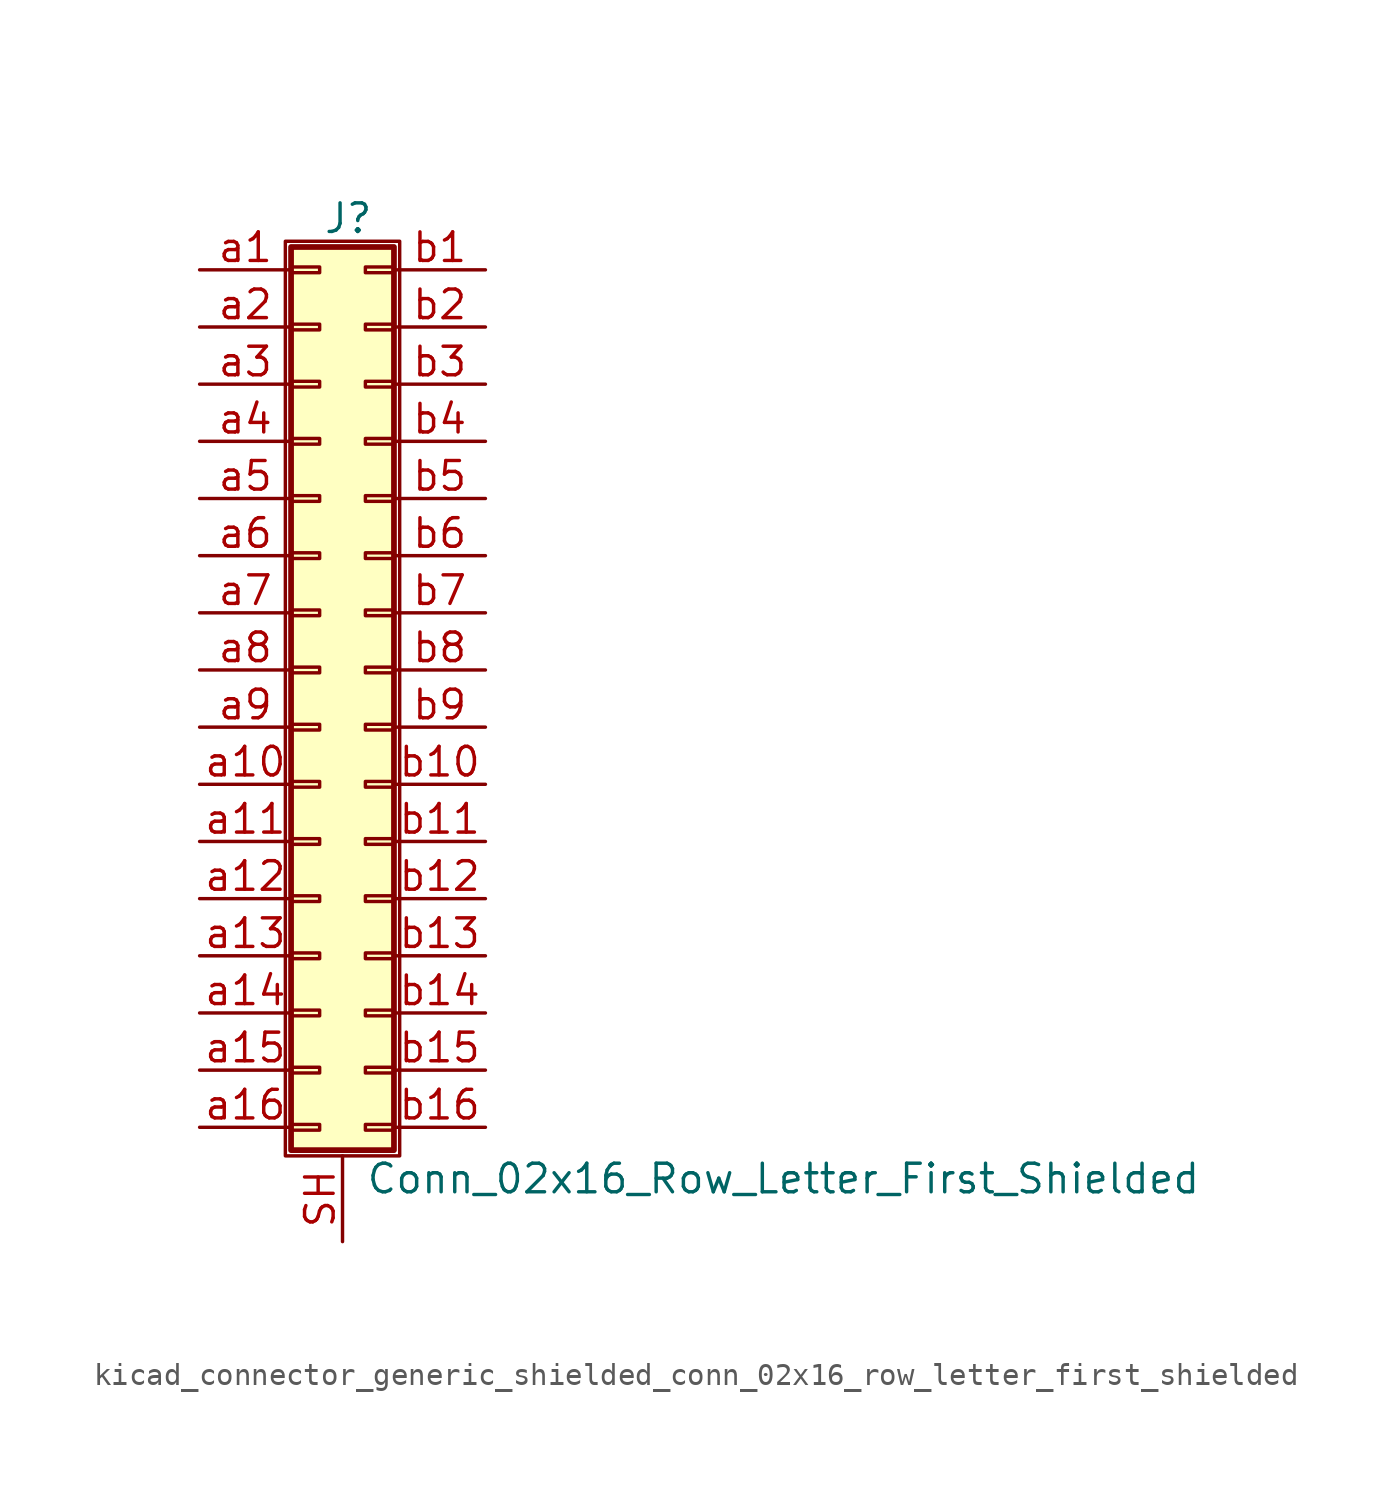
<source format=kicad_sym>
(kicad_symbol_lib
  (version 20220914)
  (generator kicad_symbol_editor)
  (symbol "kicad_connector_generic_shielded_conn_02x16_row_letter_first_shielded"
    (pin_names
      (offset 1.016) hide)
    (property "Reference" "J"
      (at 1.524 20.066 0)
      (effects (font (size 1.27 1.27))))
    (property "Value" "Conn_02x16_Row_Letter_First_Shielded"
      (at 2.286 -22.606 0)
      (effects (font (size 1.27 1.27)) (justify left)))
    (symbol "kicad_connector_generic_shielded_conn_02x16_row_letter_first_shielded_1_1"
      (rectangle (start -1.27 19.05) (end 3.81 -21.59) (stroke (width 0.152) (type default)) (fill (type none)))
      (rectangle (start -1.016 -20.193) (end 0.254 -20.447) (stroke (width 0.152) (type default)) (fill (type none)))
      (rectangle (start -1.016 -17.653) (end 0.254 -17.907) (stroke (width 0.152) (type default)) (fill (type none)))
      (rectangle (start -1.016 -15.113) (end 0.254 -15.367) (stroke (width 0.152) (type default)) (fill (type none)))
      (rectangle (start -1.016 -12.573) (end 0.254 -12.827) (stroke (width 0.152) (type default)) (fill (type none)))
      (rectangle (start -1.016 -10.033) (end 0.254 -10.287) (stroke (width 0.152) (type default)) (fill (type none)))
      (rectangle (start -1.016 -7.493) (end 0.254 -7.747) (stroke (width 0.152) (type default)) (fill (type none)))
      (rectangle (start -1.016 -4.953) (end 0.254 -5.207) (stroke (width 0.152) (type default)) (fill (type none)))
      (rectangle (start -1.016 -2.413) (end 0.254 -2.667) (stroke (width 0.152) (type default)) (fill (type none)))
      (rectangle (start -1.016 0.127) (end 0.254 -0.127) (stroke (width 0.152) (type default)) (fill (type none)))
      (rectangle (start -1.016 2.667) (end 0.254 2.413) (stroke (width 0.152) (type default)) (fill (type none)))
      (rectangle (start -1.016 5.207) (end 0.254 4.953) (stroke (width 0.152) (type default)) (fill (type none)))
      (rectangle (start -1.016 7.747) (end 0.254 7.493) (stroke (width 0.152) (type default)) (fill (type none)))
      (rectangle (start -1.016 10.287) (end 0.254 10.033) (stroke (width 0.152) (type default)) (fill (type none)))
      (rectangle (start -1.016 12.827) (end 0.254 12.573) (stroke (width 0.152) (type default)) (fill (type none)))
      (rectangle (start -1.016 15.367) (end 0.254 15.113) (stroke (width 0.152) (type default)) (fill (type none)))
      (rectangle (start -1.016 17.907) (end 0.254 17.653) (stroke (width 0.152) (type default)) (fill (type none)))
      (rectangle (start -1.016 18.796) (end 3.556 -21.336) (stroke (width 0.254) (type default)) (fill (type background)))
      (rectangle (start 3.556 -20.193) (end 2.286 -20.447) (stroke (width 0.152) (type default)) (fill (type none)))
      (rectangle (start 3.556 -17.653) (end 2.286 -17.907) (stroke (width 0.152) (type default)) (fill (type none)))
      (rectangle (start 3.556 -15.113) (end 2.286 -15.367) (stroke (width 0.152) (type default)) (fill (type none)))
      (rectangle (start 3.556 -12.573) (end 2.286 -12.827) (stroke (width 0.152) (type default)) (fill (type none)))
      (rectangle (start 3.556 -10.033) (end 2.286 -10.287) (stroke (width 0.152) (type default)) (fill (type none)))
      (rectangle (start 3.556 -7.493) (end 2.286 -7.747) (stroke (width 0.152) (type default)) (fill (type none)))
      (rectangle (start 3.556 -4.953) (end 2.286 -5.207) (stroke (width 0.152) (type default)) (fill (type none)))
      (rectangle (start 3.556 -2.413) (end 2.286 -2.667) (stroke (width 0.152) (type default)) (fill (type none)))
      (rectangle (start 3.556 0.127) (end 2.286 -0.127) (stroke (width 0.152) (type default)) (fill (type none)))
      (rectangle (start 3.556 2.667) (end 2.286 2.413) (stroke (width 0.152) (type default)) (fill (type none)))
      (rectangle (start 3.556 5.207) (end 2.286 4.953) (stroke (width 0.152) (type default)) (fill (type none)))
      (rectangle (start 3.556 7.747) (end 2.286 7.493) (stroke (width 0.152) (type default)) (fill (type none)))
      (rectangle (start 3.556 10.287) (end 2.286 10.033) (stroke (width 0.152) (type default)) (fill (type none)))
      (rectangle (start 3.556 12.827) (end 2.286 12.573) (stroke (width 0.152) (type default)) (fill (type none)))
      (rectangle (start 3.556 15.367) (end 2.286 15.113) (stroke (width 0.152) (type default)) (fill (type none)))
      (rectangle (start 3.556 17.907) (end 2.286 17.653) (stroke (width 0.152) (type default)) (fill (type none)))
      (pin passive line (at 1.27 -25.4 90) (length 3.81) (name "Shield" (effects (font (size 1.27 1.27)))) (number "SH" (effects (font (size 1.27 1.27)))))
      (pin passive line (at -5.08 17.78 0) (length 4.064) (name "Pin_a1" (effects (font (size 1.27 1.27)))) (number "a1" (effects (font (size 1.27 1.27)))))
      (pin passive line (at -5.08 -5.08 0) (length 4.064) (name "Pin_a10" (effects (font (size 1.27 1.27)))) (number "a10" (effects (font (size 1.27 1.27)))))
      (pin passive line (at -5.08 -7.62 0) (length 4.064) (name "Pin_a11" (effects (font (size 1.27 1.27)))) (number "a11" (effects (font (size 1.27 1.27)))))
      (pin passive line (at -5.08 -10.16 0) (length 4.064) (name "Pin_a12" (effects (font (size 1.27 1.27)))) (number "a12" (effects (font (size 1.27 1.27)))))
      (pin passive line (at -5.08 -12.7 0) (length 4.064) (name "Pin_a13" (effects (font (size 1.27 1.27)))) (number "a13" (effects (font (size 1.27 1.27)))))
      (pin passive line (at -5.08 -15.24 0) (length 4.064) (name "Pin_a14" (effects (font (size 1.27 1.27)))) (number "a14" (effects (font (size 1.27 1.27)))))
      (pin passive line (at -5.08 -17.78 0) (length 4.064) (name "Pin_a15" (effects (font (size 1.27 1.27)))) (number "a15" (effects (font (size 1.27 1.27)))))
      (pin passive line (at -5.08 -20.32 0) (length 4.064) (name "Pin_a16" (effects (font (size 1.27 1.27)))) (number "a16" (effects (font (size 1.27 1.27)))))
      (pin passive line (at -5.08 15.24 0) (length 4.064) (name "Pin_a2" (effects (font (size 1.27 1.27)))) (number "a2" (effects (font (size 1.27 1.27)))))
      (pin passive line (at -5.08 12.7 0) (length 4.064) (name "Pin_a3" (effects (font (size 1.27 1.27)))) (number "a3" (effects (font (size 1.27 1.27)))))
      (pin passive line (at -5.08 10.16 0) (length 4.064) (name "Pin_a4" (effects (font (size 1.27 1.27)))) (number "a4" (effects (font (size 1.27 1.27)))))
      (pin passive line (at -5.08 7.62 0) (length 4.064) (name "Pin_a5" (effects (font (size 1.27 1.27)))) (number "a5" (effects (font (size 1.27 1.27)))))
      (pin passive line (at -5.08 5.08 0) (length 4.064) (name "Pin_a6" (effects (font (size 1.27 1.27)))) (number "a6" (effects (font (size 1.27 1.27)))))
      (pin passive line (at -5.08 2.54 0) (length 4.064) (name "Pin_a7" (effects (font (size 1.27 1.27)))) (number "a7" (effects (font (size 1.27 1.27)))))
      (pin passive line (at -5.08 0 0) (length 4.064) (name "Pin_a8" (effects (font (size 1.27 1.27)))) (number "a8" (effects (font (size 1.27 1.27)))))
      (pin passive line (at -5.08 -2.54 0) (length 4.064) (name "Pin_a9" (effects (font (size 1.27 1.27)))) (number "a9" (effects (font (size 1.27 1.27)))))
      (pin passive line (at 7.62 17.78 180) (length 4.064) (name "Pin_b1" (effects (font (size 1.27 1.27)))) (number "b1" (effects (font (size 1.27 1.27)))))
      (pin passive line (at 7.62 -5.08 180) (length 4.064) (name "Pin_b10" (effects (font (size 1.27 1.27)))) (number "b10" (effects (font (size 1.27 1.27)))))
      (pin passive line (at 7.62 -7.62 180) (length 4.064) (name "Pin_b11" (effects (font (size 1.27 1.27)))) (number "b11" (effects (font (size 1.27 1.27)))))
      (pin passive line (at 7.62 -10.16 180) (length 4.064) (name "Pin_b12" (effects (font (size 1.27 1.27)))) (number "b12" (effects (font (size 1.27 1.27)))))
      (pin passive line (at 7.62 -12.7 180) (length 4.064) (name "Pin_b13" (effects (font (size 1.27 1.27)))) (number "b13" (effects (font (size 1.27 1.27)))))
      (pin passive line (at 7.62 -15.24 180) (length 4.064) (name "Pin_b14" (effects (font (size 1.27 1.27)))) (number "b14" (effects (font (size 1.27 1.27)))))
      (pin passive line (at 7.62 -17.78 180) (length 4.064) (name "Pin_b15" (effects (font (size 1.27 1.27)))) (number "b15" (effects (font (size 1.27 1.27)))))
      (pin passive line (at 7.62 -20.32 180) (length 4.064) (name "Pin_b16" (effects (font (size 1.27 1.27)))) (number "b16" (effects (font (size 1.27 1.27)))))
      (pin passive line (at 7.62 15.24 180) (length 4.064) (name "Pin_b2" (effects (font (size 1.27 1.27)))) (number "b2" (effects (font (size 1.27 1.27)))))
      (pin passive line (at 7.62 12.7 180) (length 4.064) (name "Pin_b3" (effects (font (size 1.27 1.27)))) (number "b3" (effects (font (size 1.27 1.27)))))
      (pin passive line (at 7.62 10.16 180) (length 4.064) (name "Pin_b4" (effects (font (size 1.27 1.27)))) (number "b4" (effects (font (size 1.27 1.27)))))
      (pin passive line (at 7.62 7.62 180) (length 4.064) (name "Pin_b5" (effects (font (size 1.27 1.27)))) (number "b5" (effects (font (size 1.27 1.27)))))
      (pin passive line (at 7.62 5.08 180) (length 4.064) (name "Pin_b6" (effects (font (size 1.27 1.27)))) (number "b6" (effects (font (size 1.27 1.27)))))
      (pin passive line (at 7.62 2.54 180) (length 4.064) (name "Pin_b7" (effects (font (size 1.27 1.27)))) (number "b7" (effects (font (size 1.27 1.27)))))
      (pin passive line (at 7.62 0 180) (length 4.064) (name "Pin_b8" (effects (font (size 1.27 1.27)))) (number "b8" (effects (font (size 1.27 1.27)))))
      (pin passive line (at 7.62 -2.54 180) (length 4.064) (name "Pin_b9" (effects (font (size 1.27 1.27)))) (number "b9" (effects (font (size 1.27 1.27))))))))
</source>
